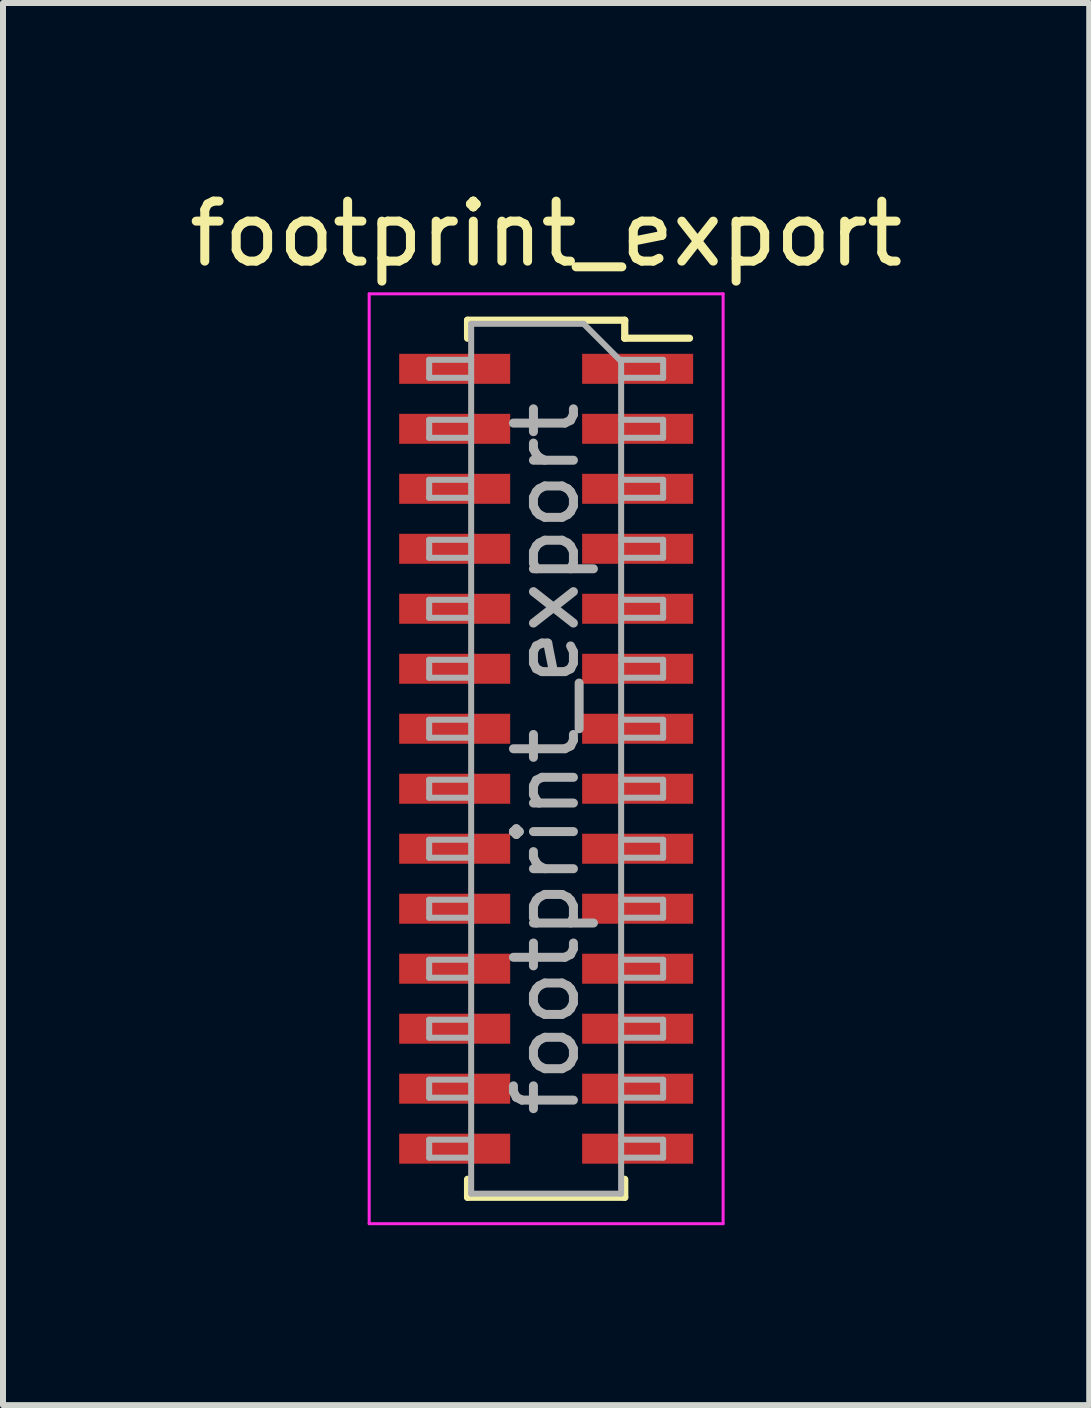
<source format=kicad_pcb>
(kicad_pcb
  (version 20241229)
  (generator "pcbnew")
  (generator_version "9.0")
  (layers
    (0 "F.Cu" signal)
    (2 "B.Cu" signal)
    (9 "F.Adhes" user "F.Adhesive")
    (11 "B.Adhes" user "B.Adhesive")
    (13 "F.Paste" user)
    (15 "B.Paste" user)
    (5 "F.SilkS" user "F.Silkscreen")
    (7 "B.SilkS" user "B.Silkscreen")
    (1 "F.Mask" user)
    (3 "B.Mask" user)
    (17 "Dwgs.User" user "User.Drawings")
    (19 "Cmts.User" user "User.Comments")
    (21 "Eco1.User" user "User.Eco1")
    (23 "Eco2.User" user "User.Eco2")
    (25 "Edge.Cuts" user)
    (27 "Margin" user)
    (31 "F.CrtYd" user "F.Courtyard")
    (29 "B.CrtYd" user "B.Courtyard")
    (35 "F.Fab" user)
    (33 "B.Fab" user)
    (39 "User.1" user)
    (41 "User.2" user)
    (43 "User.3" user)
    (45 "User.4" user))
  (footprint "footprint_export"
    (layer "F.Cu")
    (at 6.054 9.598)
    (property "Reference" "footprint_export" (at 0 -8.75 0) (layer "F.SilkS") (effects (font (size 1 1) (thickness 0.15))))
    (attr smd)
    (fp_line (start -1.31 -7.31) (end -1.31 -7.01) (stroke (width 0.12) (type solid)) (layer "F.SilkS"))
    (fp_line (start -1.31 -7.31) (end 1.31 -7.31) (stroke (width 0.12) (type solid)) (layer "F.SilkS"))
    (fp_line (start -1.31 7.01) (end -1.31 7.31) (stroke (width 0.12) (type solid)) (layer "F.SilkS"))
    (fp_line (start -1.31 7.31) (end 1.31 7.31) (stroke (width 0.12) (type solid)) (layer "F.SilkS"))
    (fp_line (start 1.31 -7.31) (end 1.31 -7.01) (stroke (width 0.12) (type solid)) (layer "F.SilkS"))
    (fp_line (start 1.31 -7.01) (end 2.39 -7.01) (stroke (width 0.12) (type solid)) (layer "F.SilkS"))
    (fp_line (start 1.31 7.01) (end 1.31 7.31) (stroke (width 0.12) (type solid)) (layer "F.SilkS"))
    (fp_line (start -2.95 -7.75) (end 2.95 -7.75) (stroke (width 0.05) (type solid)) (layer "F.CrtYd"))
    (fp_line (start -2.95 7.75) (end -2.95 -7.75) (stroke (width 0.05) (type solid)) (layer "F.CrtYd"))
    (fp_line (start 2.95 -7.75) (end 2.95 7.75) (stroke (width 0.05) (type solid)) (layer "F.CrtYd"))
    (fp_line (start 2.95 7.75) (end -2.95 7.75) (stroke (width 0.05) (type solid)) (layer "F.CrtYd"))
    (fp_line (start -1.95 -6.65) (end -1.25 -6.65) (stroke (width 0.1) (type solid)) (layer "F.Fab"))
    (fp_line (start -1.95 -6.35) (end -1.95 -6.65) (stroke (width 0.1) (type solid)) (layer "F.Fab"))
    (fp_line (start -1.95 -5.65) (end -1.25 -5.65) (stroke (width 0.1) (type solid)) (layer "F.Fab"))
    (fp_line (start -1.95 -5.35) (end -1.95 -5.65) (stroke (width 0.1) (type solid)) (layer "F.Fab"))
    (fp_line (start -1.95 -4.65) (end -1.25 -4.65) (stroke (width 0.1) (type solid)) (layer "F.Fab"))
    (fp_line (start -1.95 -4.35) (end -1.95 -4.65) (stroke (width 0.1) (type solid)) (layer "F.Fab"))
    (fp_line (start -1.95 -3.65) (end -1.25 -3.65) (stroke (width 0.1) (type solid)) (layer "F.Fab"))
    (fp_line (start -1.95 -3.35) (end -1.95 -3.65) (stroke (width 0.1) (type solid)) (layer "F.Fab"))
    (fp_line (start -1.95 -2.65) (end -1.25 -2.65) (stroke (width 0.1) (type solid)) (layer "F.Fab"))
    (fp_line (start -1.95 -2.35) (end -1.95 -2.65) (stroke (width 0.1) (type solid)) (layer "F.Fab"))
    (fp_line (start -1.95 -1.65) (end -1.25 -1.65) (stroke (width 0.1) (type solid)) (layer "F.Fab"))
    (fp_line (start -1.95 -1.35) (end -1.95 -1.65) (stroke (width 0.1) (type solid)) (layer "F.Fab"))
    (fp_line (start -1.95 -0.65) (end -1.25 -0.65) (stroke (width 0.1) (type solid)) (layer "F.Fab"))
    (fp_line (start -1.95 -0.35) (end -1.95 -0.65) (stroke (width 0.1) (type solid)) (layer "F.Fab"))
    (fp_line (start -1.95 0.35) (end -1.25 0.35) (stroke (width 0.1) (type solid)) (layer "F.Fab"))
    (fp_line (start -1.95 0.65) (end -1.95 0.35) (stroke (width 0.1) (type solid)) (layer "F.Fab"))
    (fp_line (start -1.95 1.35) (end -1.25 1.35) (stroke (width 0.1) (type solid)) (layer "F.Fab"))
    (fp_line (start -1.95 1.65) (end -1.95 1.35) (stroke (width 0.1) (type solid)) (layer "F.Fab"))
    (fp_line (start -1.95 2.35) (end -1.25 2.35) (stroke (width 0.1) (type solid)) (layer "F.Fab"))
    (fp_line (start -1.95 2.65) (end -1.95 2.35) (stroke (width 0.1) (type solid)) (layer "F.Fab"))
    (fp_line (start -1.95 3.35) (end -1.25 3.35) (stroke (width 0.1) (type solid)) (layer "F.Fab"))
    (fp_line (start -1.95 3.65) (end -1.95 3.35) (stroke (width 0.1) (type solid)) (layer "F.Fab"))
    (fp_line (start -1.95 4.35) (end -1.25 4.35) (stroke (width 0.1) (type solid)) (layer "F.Fab"))
    (fp_line (start -1.95 4.65) (end -1.95 4.35) (stroke (width 0.1) (type solid)) (layer "F.Fab"))
    (fp_line (start -1.95 5.35) (end -1.25 5.35) (stroke (width 0.1) (type solid)) (layer "F.Fab"))
    (fp_line (start -1.95 5.65) (end -1.95 5.35) (stroke (width 0.1) (type solid)) (layer "F.Fab"))
    (fp_line (start -1.95 6.35) (end -1.25 6.35) (stroke (width 0.1) (type solid)) (layer "F.Fab"))
    (fp_line (start -1.95 6.65) (end -1.95 6.35) (stroke (width 0.1) (type solid)) (layer "F.Fab"))
    (fp_line (start -1.25 -7.25) (end 0.625 -7.25) (stroke (width 0.1) (type solid)) (layer "F.Fab"))
    (fp_line (start -1.25 -6.35) (end -1.95 -6.35) (stroke (width 0.1) (type solid)) (layer "F.Fab"))
    (fp_line (start -1.25 -5.35) (end -1.95 -5.35) (stroke (width 0.1) (type solid)) (layer "F.Fab"))
    (fp_line (start -1.25 -4.35) (end -1.95 -4.35) (stroke (width 0.1) (type solid)) (layer "F.Fab"))
    (fp_line (start -1.25 -3.35) (end -1.95 -3.35) (stroke (width 0.1) (type solid)) (layer "F.Fab"))
    (fp_line (start -1.25 -2.35) (end -1.95 -2.35) (stroke (width 0.1) (type solid)) (layer "F.Fab"))
    (fp_line (start -1.25 -1.35) (end -1.95 -1.35) (stroke (width 0.1) (type solid)) (layer "F.Fab"))
    (fp_line (start -1.25 -0.35) (end -1.95 -0.35) (stroke (width 0.1) (type solid)) (layer "F.Fab"))
    (fp_line (start -1.25 0.65) (end -1.95 0.65) (stroke (width 0.1) (type solid)) (layer "F.Fab"))
    (fp_line (start -1.25 1.65) (end -1.95 1.65) (stroke (width 0.1) (type solid)) (layer "F.Fab"))
    (fp_line (start -1.25 2.65) (end -1.95 2.65) (stroke (width 0.1) (type solid)) (layer "F.Fab"))
    (fp_line (start -1.25 3.65) (end -1.95 3.65) (stroke (width 0.1) (type solid)) (layer "F.Fab"))
    (fp_line (start -1.25 4.65) (end -1.95 4.65) (stroke (width 0.1) (type solid)) (layer "F.Fab"))
    (fp_line (start -1.25 5.65) (end -1.95 5.65) (stroke (width 0.1) (type solid)) (layer "F.Fab"))
    (fp_line (start -1.25 6.65) (end -1.95 6.65) (stroke (width 0.1) (type solid)) (layer "F.Fab"))
    (fp_line (start -1.25 7.25) (end -1.25 -7.25) (stroke (width 0.1) (type solid)) (layer "F.Fab"))
    (fp_line (start 0.625 -7.25) (end 1.25 -6.625) (stroke (width 0.1) (type solid)) (layer "F.Fab"))
    (fp_line (start 1.25 -6.65) (end 1.95 -6.65) (stroke (width 0.1) (type solid)) (layer "F.Fab"))
    (fp_line (start 1.25 -6.625) (end 1.25 7.25) (stroke (width 0.1) (type solid)) (layer "F.Fab"))
    (fp_line (start 1.25 -5.65) (end 1.95 -5.65) (stroke (width 0.1) (type solid)) (layer "F.Fab"))
    (fp_line (start 1.25 -4.65) (end 1.95 -4.65) (stroke (width 0.1) (type solid)) (layer "F.Fab"))
    (fp_line (start 1.25 -3.65) (end 1.95 -3.65) (stroke (width 0.1) (type solid)) (layer "F.Fab"))
    (fp_line (start 1.25 -2.65) (end 1.95 -2.65) (stroke (width 0.1) (type solid)) (layer "F.Fab"))
    (fp_line (start 1.25 -1.65) (end 1.95 -1.65) (stroke (width 0.1) (type solid)) (layer "F.Fab"))
    (fp_line (start 1.25 -0.65) (end 1.95 -0.65) (stroke (width 0.1) (type solid)) (layer "F.Fab"))
    (fp_line (start 1.25 0.35) (end 1.95 0.35) (stroke (width 0.1) (type solid)) (layer "F.Fab"))
    (fp_line (start 1.25 1.35) (end 1.95 1.35) (stroke (width 0.1) (type solid)) (layer "F.Fab"))
    (fp_line (start 1.25 2.35) (end 1.95 2.35) (stroke (width 0.1) (type solid)) (layer "F.Fab"))
    (fp_line (start 1.25 3.35) (end 1.95 3.35) (stroke (width 0.1) (type solid)) (layer "F.Fab"))
    (fp_line (start 1.25 4.35) (end 1.95 4.35) (stroke (width 0.1) (type solid)) (layer "F.Fab"))
    (fp_line (start 1.25 5.35) (end 1.95 5.35) (stroke (width 0.1) (type solid)) (layer "F.Fab"))
    (fp_line (start 1.25 6.35) (end 1.95 6.35) (stroke (width 0.1) (type solid)) (layer "F.Fab"))
    (fp_line (start 1.25 7.25) (end -1.25 7.25) (stroke (width 0.1) (type solid)) (layer "F.Fab"))
    (fp_line (start 1.95 -6.65) (end 1.95 -6.35) (stroke (width 0.1) (type solid)) (layer "F.Fab"))
    (fp_line (start 1.95 -6.35) (end 1.25 -6.35) (stroke (width 0.1) (type solid)) (layer "F.Fab"))
    (fp_line (start 1.95 -5.65) (end 1.95 -5.35) (stroke (width 0.1) (type solid)) (layer "F.Fab"))
    (fp_line (start 1.95 -5.35) (end 1.25 -5.35) (stroke (width 0.1) (type solid)) (layer "F.Fab"))
    (fp_line (start 1.95 -4.65) (end 1.95 -4.35) (stroke (width 0.1) (type solid)) (layer "F.Fab"))
    (fp_line (start 1.95 -4.35) (end 1.25 -4.35) (stroke (width 0.1) (type solid)) (layer "F.Fab"))
    (fp_line (start 1.95 -3.65) (end 1.95 -3.35) (stroke (width 0.1) (type solid)) (layer "F.Fab"))
    (fp_line (start 1.95 -3.35) (end 1.25 -3.35) (stroke (width 0.1) (type solid)) (layer "F.Fab"))
    (fp_line (start 1.95 -2.65) (end 1.95 -2.35) (stroke (width 0.1) (type solid)) (layer "F.Fab"))
    (fp_line (start 1.95 -2.35) (end 1.25 -2.35) (stroke (width 0.1) (type solid)) (layer "F.Fab"))
    (fp_line (start 1.95 -1.65) (end 1.95 -1.35) (stroke (width 0.1) (type solid)) (layer "F.Fab"))
    (fp_line (start 1.95 -1.35) (end 1.25 -1.35) (stroke (width 0.1) (type solid)) (layer "F.Fab"))
    (fp_line (start 1.95 -0.65) (end 1.95 -0.35) (stroke (width 0.1) (type solid)) (layer "F.Fab"))
    (fp_line (start 1.95 -0.35) (end 1.25 -0.35) (stroke (width 0.1) (type solid)) (layer "F.Fab"))
    (fp_line (start 1.95 0.35) (end 1.95 0.65) (stroke (width 0.1) (type solid)) (layer "F.Fab"))
    (fp_line (start 1.95 0.65) (end 1.25 0.65) (stroke (width 0.1) (type solid)) (layer "F.Fab"))
    (fp_line (start 1.95 1.35) (end 1.95 1.65) (stroke (width 0.1) (type solid)) (layer "F.Fab"))
    (fp_line (start 1.95 1.65) (end 1.25 1.65) (stroke (width 0.1) (type solid)) (layer "F.Fab"))
    (fp_line (start 1.95 2.35) (end 1.95 2.65) (stroke (width 0.1) (type solid)) (layer "F.Fab"))
    (fp_line (start 1.95 2.65) (end 1.25 2.65) (stroke (width 0.1) (type solid)) (layer "F.Fab"))
    (fp_line (start 1.95 3.35) (end 1.95 3.65) (stroke (width 0.1) (type solid)) (layer "F.Fab"))
    (fp_line (start 1.95 3.65) (end 1.25 3.65) (stroke (width 0.1) (type solid)) (layer "F.Fab"))
    (fp_line (start 1.95 4.35) (end 1.95 4.65) (stroke (width 0.1) (type solid)) (layer "F.Fab"))
    (fp_line (start 1.95 4.65) (end 1.25 4.65) (stroke (width 0.1) (type solid)) (layer "F.Fab"))
    (fp_line (start 1.95 5.35) (end 1.95 5.65) (stroke (width 0.1) (type solid)) (layer "F.Fab"))
    (fp_line (start 1.95 5.65) (end 1.25 5.65) (stroke (width 0.1) (type solid)) (layer "F.Fab"))
    (fp_line (start 1.95 6.35) (end 1.95 6.65) (stroke (width 0.1) (type solid)) (layer "F.Fab"))
    (fp_line (start 1.95 6.65) (end 1.25 6.65) (stroke (width 0.1) (type solid)) (layer "F.Fab"))
    (fp_text user "${REFERENCE}" (at 0 0 90) (layer "F.Fab") (effects (font (size 1 1) (thickness 0.15))))
    (pad "1" smd rect (at 1.525 -6.5) (size 1.85 0.5) (layers "F.Cu" "F.Mask" "F.Paste"))
    (pad "2" smd rect (at -1.525 -6.5) (size 1.85 0.5) (layers "F.Cu" "F.Mask" "F.Paste"))
    (pad "3" smd rect (at 1.525 -5.5) (size 1.85 0.5) (layers "F.Cu" "F.Mask" "F.Paste"))
    (pad "4" smd rect (at -1.525 -5.5) (size 1.85 0.5) (layers "F.Cu" "F.Mask" "F.Paste"))
    (pad "5" smd rect (at 1.525 -4.5) (size 1.85 0.5) (layers "F.Cu" "F.Mask" "F.Paste"))
    (pad "6" smd rect (at -1.525 -4.5) (size 1.85 0.5) (layers "F.Cu" "F.Mask" "F.Paste"))
    (pad "7" smd rect (at 1.525 -3.5) (size 1.85 0.5) (layers "F.Cu" "F.Mask" "F.Paste"))
    (pad "8" smd rect (at -1.525 -3.5) (size 1.85 0.5) (layers "F.Cu" "F.Mask" "F.Paste"))
    (pad "9" smd rect (at 1.525 -2.5) (size 1.85 0.5) (layers "F.Cu" "F.Mask" "F.Paste"))
    (pad "10" smd rect (at -1.525 -2.5) (size 1.85 0.5) (layers "F.Cu" "F.Mask" "F.Paste"))
    (pad "11" smd rect (at 1.525 -1.5) (size 1.85 0.5) (layers "F.Cu" "F.Mask" "F.Paste"))
    (pad "12" smd rect (at -1.525 -1.5) (size 1.85 0.5) (layers "F.Cu" "F.Mask" "F.Paste"))
    (pad "13" smd rect (at 1.525 -0.5) (size 1.85 0.5) (layers "F.Cu" "F.Mask" "F.Paste"))
    (pad "14" smd rect (at -1.525 -0.5) (size 1.85 0.5) (layers "F.Cu" "F.Mask" "F.Paste"))
    (pad "15" smd rect (at 1.525 0.5) (size 1.85 0.5) (layers "F.Cu" "F.Mask" "F.Paste"))
    (pad "16" smd rect (at -1.525 0.5) (size 1.85 0.5) (layers "F.Cu" "F.Mask" "F.Paste"))
    (pad "17" smd rect (at 1.525 1.5) (size 1.85 0.5) (layers "F.Cu" "F.Mask" "F.Paste"))
    (pad "18" smd rect (at -1.525 1.5) (size 1.85 0.5) (layers "F.Cu" "F.Mask" "F.Paste"))
    (pad "19" smd rect (at 1.525 2.5) (size 1.85 0.5) (layers "F.Cu" "F.Mask" "F.Paste"))
    (pad "20" smd rect (at -1.525 2.5) (size 1.85 0.5) (layers "F.Cu" "F.Mask" "F.Paste"))
    (pad "21" smd rect (at 1.525 3.5) (size 1.85 0.5) (layers "F.Cu" "F.Mask" "F.Paste"))
    (pad "22" smd rect (at -1.525 3.5) (size 1.85 0.5) (layers "F.Cu" "F.Mask" "F.Paste"))
    (pad "23" smd rect (at 1.525 4.5) (size 1.85 0.5) (layers "F.Cu" "F.Mask" "F.Paste"))
    (pad "24" smd rect (at -1.525 4.5) (size 1.85 0.5) (layers "F.Cu" "F.Mask" "F.Paste"))
    (pad "25" smd rect (at 1.525 5.5) (size 1.85 0.5) (layers "F.Cu" "F.Mask" "F.Paste"))
    (pad "26" smd rect (at -1.525 5.5) (size 1.85 0.5) (layers "F.Cu" "F.Mask" "F.Paste"))
    (pad "27" smd rect (at 1.525 6.5) (size 1.85 0.5) (layers "F.Cu" "F.Mask" "F.Paste"))
    (pad "28" smd rect (at -1.525 6.5) (size 1.85 0.5) (layers "F.Cu" "F.Mask" "F.Paste")))
  (gr_rect
    (start -3 -3)
    (end 15.107 20.373)
    (stroke (width 0.1) (type default))
    (fill no)
    (layer "Edge.Cuts")))
</source>
